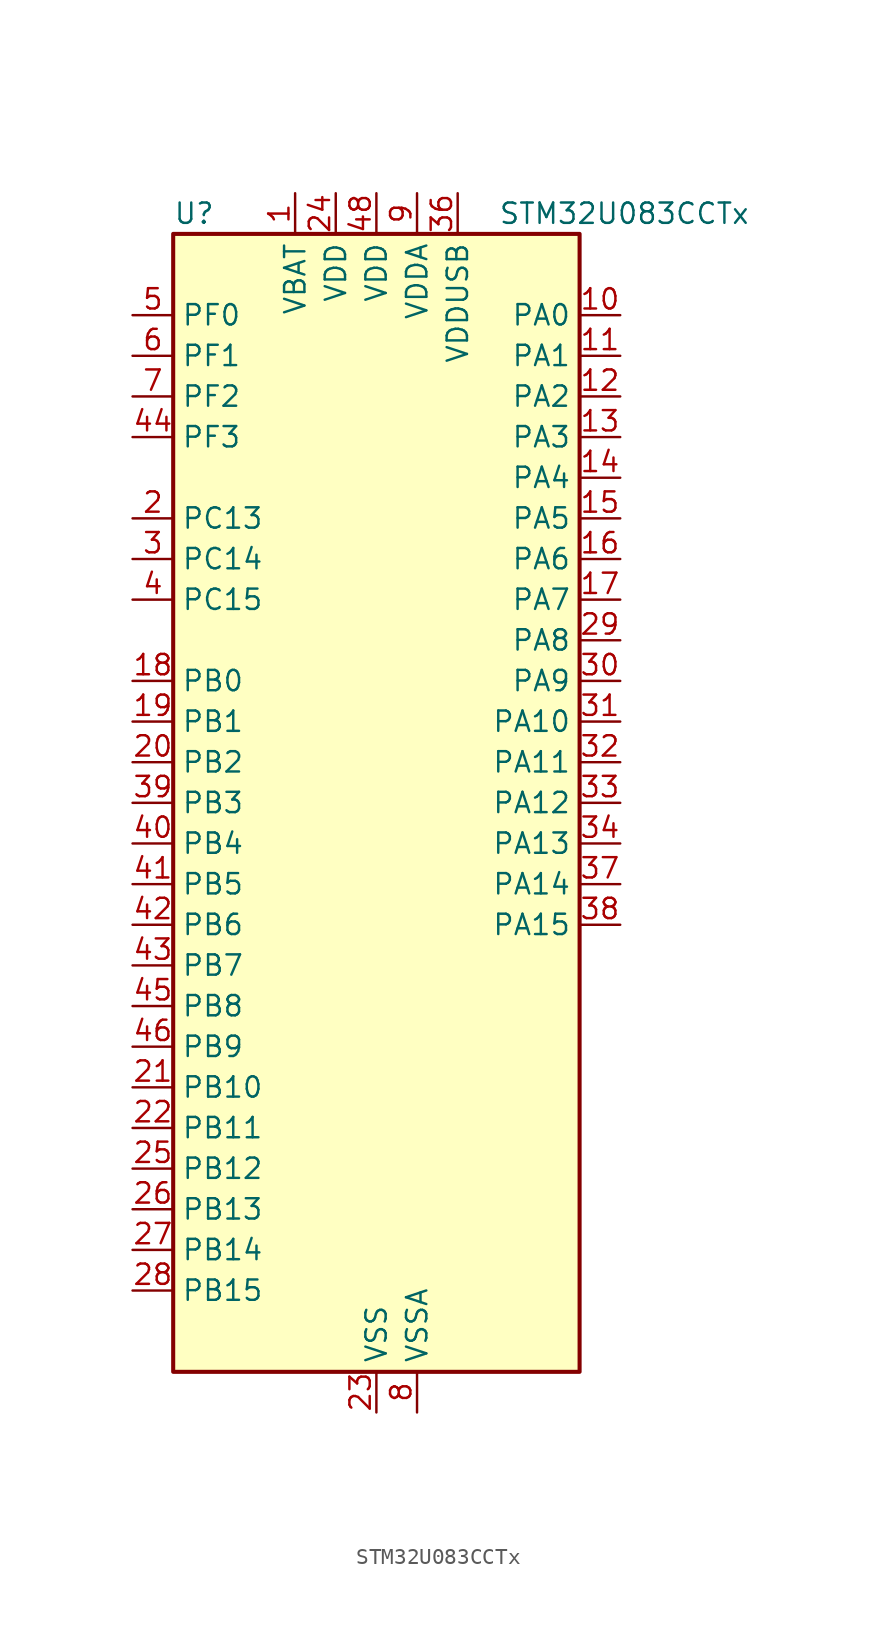
<source format=kicad_sym>
(kicad_symbol_lib
  (version 20241209)
  (generator "kicad_symbol_editor")
  (generator_version "9.0")
  (symbol "STM32U083CCTx"
    (property "Reference" "U"
      (at -12.7 36.83 0)
      (effects (font (size 1.27 1.27)) (justify left)))
    (property "Value" "STM32U083CCTx"
      (at 7.62 36.83 0)
      (effects (font (size 1.27 1.27)) (justify left)))
    (symbol "STM32U083CCTx_0_1"
      (rectangle (start -12.7 -35.56) (end 12.7 35.56) (stroke (width 0.254) (type default)) (fill (type background))))
    (symbol "STM32U083CCTx_1_1"
      (pin bidirectional line (at -15.24 30.48 0) (length 2.54) (name "PF0" (effects (font (size 1.27 1.27)))) (number "5" (effects (font (size 1.27 1.27)))) (alternate "RCC_OSC_IN" bidirectional line))
      (pin bidirectional line (at -15.24 27.94 0) (length 2.54) (name "PF1" (effects (font (size 1.27 1.27)))) (number "6" (effects (font (size 1.27 1.27)))) (alternate "RCC_OSC_EN" bidirectional line) (alternate "RCC_OSC_OUT" bidirectional line))
      (pin bidirectional line (at -15.24 25.4 0) (length 2.54) (name "PF2" (effects (font (size 1.27 1.27)))) (number "7" (effects (font (size 1.27 1.27)))) (alternate "RCC_MCO" bidirectional line))
      (pin bidirectional line (at -15.24 22.86 0) (length 2.54) (name "PF3" (effects (font (size 1.27 1.27)))) (number "44" (effects (font (size 1.27 1.27)))))
      (pin bidirectional line (at -15.24 17.78 0) (length 2.54) (name "PC13" (effects (font (size 1.27 1.27)))) (number "2" (effects (font (size 1.27 1.27)))) (alternate "LPTIM1_CH3" bidirectional line) (alternate "LPTIM3_CH3" bidirectional line) (alternate "PWR_WKUP2" bidirectional line) (alternate "RTC_OUT1" bidirectional line) (alternate "RTC_TS" bidirectional line) (alternate "TAMP_IN1" bidirectional line))
      (pin bidirectional line (at -15.24 15.24 0) (length 2.54) (name "PC14" (effects (font (size 1.27 1.27)))) (number "3" (effects (font (size 1.27 1.27)))) (alternate "RCC_OSC32_IN" bidirectional line))
      (pin bidirectional line (at -15.24 12.7 0) (length 2.54) (name "PC15" (effects (font (size 1.27 1.27)))) (number "4" (effects (font (size 1.27 1.27)))) (alternate "RCC_OSC32_EN" bidirectional line) (alternate "RCC_OSC32_OUT" bidirectional line) (alternate "RCC_OSC_EN" bidirectional line))
      (pin bidirectional line (at -15.24 7.62 0) (length 2.54) (name "PB0" (effects (font (size 1.27 1.27)))) (number "18" (effects (font (size 1.27 1.27)))) (alternate "ADC1_IN17" bidirectional line) (alternate "COMP1_OUT" bidirectional line) (alternate "LCD_SEG5" bidirectional line) (alternate "LPTIM3_CH1" bidirectional line) (alternate "LPUART2_CTS" bidirectional line) (alternate "SPI1_NSS" bidirectional line) (alternate "TIM1_CH2N" bidirectional line) (alternate "TIM3_CH3" bidirectional line) (alternate "TSC_G5_IO2" bidirectional line) (alternate "USART3_CK" bidirectional line))
      (pin bidirectional line (at -15.24 5.08 0) (length 2.54) (name "PB1" (effects (font (size 1.27 1.27)))) (number "19" (effects (font (size 1.27 1.27)))) (alternate "ADC1_IN18" bidirectional line) (alternate "COMP1_INM" bidirectional line) (alternate "LCD_SEG6" bidirectional line) (alternate "LPTIM2_IN1" bidirectional line) (alternate "LPTIM3_CH2" bidirectional line) (alternate "LPUART1_DE" bidirectional line) (alternate "LPUART1_RTS" bidirectional line) (alternate "LPUART2_DE" bidirectional line) (alternate "LPUART2_RTS" bidirectional line) (alternate "TIM1_CH3N" bidirectional line) (alternate "TIM3_CH4" bidirectional line) (alternate "TSC_SYNC" bidirectional line) (alternate "USART3_DE" bidirectional line) (alternate "USART3_RTS" bidirectional line))
      (pin bidirectional line (at -15.24 2.54 0) (length 2.54) (name "PB2" (effects (font (size 1.27 1.27)))) (number "20" (effects (font (size 1.27 1.27)))) (alternate "COMP1_INP" bidirectional line) (alternate "LCD_VLCD" bidirectional line) (alternate "LPTIM1_CH1" bidirectional line) (alternate "RTC_OUT2" bidirectional line))
      (pin bidirectional line (at -15.24 0 0) (length 2.54) (name "PB3" (effects (font (size 1.27 1.27)))) (number "39" (effects (font (size 1.27 1.27)))) (alternate "COMP2_INM" bidirectional line) (alternate "DEBUG_JTDO-SWO" bidirectional line) (alternate "I2C2_SCL" bidirectional line) (alternate "I2C3_SCL" bidirectional line) (alternate "LCD_SEG7" bidirectional line) (alternate "LPTIM1_CH3" bidirectional line) (alternate "SPI1_SCK" bidirectional line) (alternate "SPI3_SCK" bidirectional line) (alternate "TIM2_CH2" bidirectional line) (alternate "USART1_DE" bidirectional line) (alternate "USART1_RTS" bidirectional line))
      (pin bidirectional line (at -15.24 -2.54 0) (length 2.54) (name "PB4" (effects (font (size 1.27 1.27)))) (number "40" (effects (font (size 1.27 1.27)))) (alternate "COMP2_INP" bidirectional line) (alternate "I2C2_SDA" bidirectional line) (alternate "I2C3_SDA" bidirectional line) (alternate "LCD_SEG8" bidirectional line) (alternate "LPTIM1_CH4" bidirectional line) (alternate "LPUART3_DE" bidirectional line) (alternate "LPUART3_RTS" bidirectional line) (alternate "SPI1_MISO" bidirectional line) (alternate "SPI3_MISO" bidirectional line) (alternate "TIM3_CH1" bidirectional line) (alternate "TSC_G2_IO1" bidirectional line) (alternate "USART1_CTS" bidirectional line))
      (pin bidirectional line (at -15.24 -5.08 0) (length 2.54) (name "PB5" (effects (font (size 1.27 1.27)))) (number "41" (effects (font (size 1.27 1.27)))) (alternate "COMP2_OUT" bidirectional line) (alternate "LCD_SEG9" bidirectional line) (alternate "LPTIM1_IN1" bidirectional line) (alternate "LPUART3_CTS" bidirectional line) (alternate "SPI1_MOSI" bidirectional line) (alternate "SPI3_MOSI" bidirectional line) (alternate "TIM16_BKIN" bidirectional line) (alternate "TIM3_CH2" bidirectional line) (alternate "TSC_G2_IO2" bidirectional line) (alternate "USART1_CK" bidirectional line))
      (pin bidirectional line (at -15.24 -7.62 0) (length 2.54) (name "PB6" (effects (font (size 1.27 1.27)))) (number "42" (effects (font (size 1.27 1.27)))) (alternate "COMP2_INP" bidirectional line) (alternate "I2C1_SCL" bidirectional line) (alternate "I2C2_SCL" bidirectional line) (alternate "I2C4_SCL" bidirectional line) (alternate "LPTIM1_ETR" bidirectional line) (alternate "LPUART2_TX" bidirectional line) (alternate "LPUART3_TX" bidirectional line) (alternate "TIM16_CH1N" bidirectional line) (alternate "TSC_G2_IO3" bidirectional line) (alternate "USART1_TX" bidirectional line))
      (pin bidirectional line (at -15.24 -10.16 0) (length 2.54) (name "PB7" (effects (font (size 1.27 1.27)))) (number "43" (effects (font (size 1.27 1.27)))) (alternate "COMP2_INM" bidirectional line) (alternate "I2C1_SDA" bidirectional line) (alternate "I2C2_SDA" bidirectional line) (alternate "I2C4_SDA" bidirectional line) (alternate "LCD_SEG21" bidirectional line) (alternate "LPTIM1_IN2" bidirectional line) (alternate "LPUART2_RX" bidirectional line) (alternate "LPUART3_RX" bidirectional line) (alternate "PWR_PVD_IN" bidirectional line) (alternate "TSC_G2_IO4" bidirectional line) (alternate "USART1_RX" bidirectional line) (alternate "USART4_CTS" bidirectional line))
      (pin bidirectional line (at -15.24 -12.7 0) (length 2.54) (name "PB8" (effects (font (size 1.27 1.27)))) (number "45" (effects (font (size 1.27 1.27)))) (alternate "I2C1_SCL" bidirectional line) (alternate "I2C2_SCL" bidirectional line) (alternate "LCD_SEG16" bidirectional line) (alternate "LPTIM1_IN2" bidirectional line) (alternate "LPTIM3_IN2" bidirectional line) (alternate "TIM16_CH1" bidirectional line) (alternate "USART3_TX" bidirectional line))
      (pin bidirectional line (at -15.24 -15.24 0) (length 2.54) (name "PB9" (effects (font (size 1.27 1.27)))) (number "46" (effects (font (size 1.27 1.27)))) (alternate "DAC1_EXTI9" bidirectional line) (alternate "I2C1_SDA" bidirectional line) (alternate "I2C2_SDA" bidirectional line) (alternate "IR_OUT" bidirectional line) (alternate "LCD_COM3" bidirectional line) (alternate "LPTIM1_CH4" bidirectional line) (alternate "LPTIM3_CH4" bidirectional line) (alternate "SPI2_NSS" bidirectional line) (alternate "USART3_RX" bidirectional line))
      (pin bidirectional line (at -15.24 -17.78 0) (length 2.54) (name "PB10" (effects (font (size 1.27 1.27)))) (number "21" (effects (font (size 1.27 1.27)))) (alternate "COMP1_OUT" bidirectional line) (alternate "I2C2_SCL" bidirectional line) (alternate "I2C4_SCL" bidirectional line) (alternate "LCD_SEG10" bidirectional line) (alternate "LPTIM3_CH1" bidirectional line) (alternate "LPUART1_RX" bidirectional line) (alternate "LPUART2_RX" bidirectional line) (alternate "SPI2_SCK" bidirectional line) (alternate "TIM2_CH3" bidirectional line) (alternate "TSC_G5_IO3" bidirectional line) (alternate "USART3_TX" bidirectional line))
      (pin bidirectional line (at -15.24 -20.32 0) (length 2.54) (name "PB11" (effects (font (size 1.27 1.27)))) (number "22" (effects (font (size 1.27 1.27)))) (alternate "ADC1_EXTI11" bidirectional line) (alternate "COMP2_OUT" bidirectional line) (alternate "I2C2_SDA" bidirectional line) (alternate "I2C4_SDA" bidirectional line) (alternate "LCD_SEG11" bidirectional line) (alternate "LPUART1_TX" bidirectional line) (alternate "LPUART2_TX" bidirectional line) (alternate "TIM2_CH4" bidirectional line) (alternate "TSC_G5_IO4" bidirectional line) (alternate "USART3_RX" bidirectional line))
      (pin bidirectional line (at -15.24 -22.86 0) (length 2.54) (name "PB12" (effects (font (size 1.27 1.27)))) (number "25" (effects (font (size 1.27 1.27)))) (alternate "LCD_SEG12" bidirectional line) (alternate "LPUART1_DE" bidirectional line) (alternate "LPUART1_RTS" bidirectional line) (alternate "SPI2_NSS" bidirectional line) (alternate "TIM15_BKIN" bidirectional line) (alternate "TIM1_BKIN" bidirectional line) (alternate "TSC_G1_IO1" bidirectional line) (alternate "USART3_CK" bidirectional line))
      (pin bidirectional line (at -15.24 -25.4 0) (length 2.54) (name "PB13" (effects (font (size 1.27 1.27)))) (number "26" (effects (font (size 1.27 1.27)))) (alternate "I2C2_SCL" bidirectional line) (alternate "LCD_SEG13" bidirectional line) (alternate "LPTIM3_IN1" bidirectional line) (alternate "LPUART1_CTS" bidirectional line) (alternate "SPI2_SCK" bidirectional line) (alternate "TIM15_CH1N" bidirectional line) (alternate "TIM1_CH1N" bidirectional line) (alternate "TSC_G1_IO2" bidirectional line) (alternate "USART3_CTS" bidirectional line))
      (pin bidirectional line (at -15.24 -27.94 0) (length 2.54) (name "PB14" (effects (font (size 1.27 1.27)))) (number "27" (effects (font (size 1.27 1.27)))) (alternate "I2C2_SDA" bidirectional line) (alternate "LCD_SEG14" bidirectional line) (alternate "LPTIM3_ETR" bidirectional line) (alternate "SPI2_MISO" bidirectional line) (alternate "TIM15_CH1" bidirectional line) (alternate "TIM1_CH2N" bidirectional line) (alternate "TSC_G1_IO3" bidirectional line) (alternate "USART3_DE" bidirectional line) (alternate "USART3_RTS" bidirectional line))
      (pin bidirectional line (at -15.24 -30.48 0) (length 2.54) (name "PB15" (effects (font (size 1.27 1.27)))) (number "28" (effects (font (size 1.27 1.27)))) (alternate "LCD_SEG15" bidirectional line) (alternate "PWR_WKUP7" bidirectional line) (alternate "RTC_REFIN" bidirectional line) (alternate "SPI2_MOSI" bidirectional line) (alternate "TAMP_IN3" bidirectional line) (alternate "TIM15_CH2" bidirectional line) (alternate "TIM1_CH3N" bidirectional line) (alternate "TSC_G1_IO4" bidirectional line))
      (pin power_in line (at -5.08 38.1 270) (length 2.54) (name "VBAT" (effects (font (size 1.27 1.27)))) (number "1" (effects (font (size 1.27 1.27)))))
      (pin power_in line (at -2.54 38.1 270) (length 2.54) (name "VDD" (effects (font (size 1.27 1.27)))) (number "24" (effects (font (size 1.27 1.27)))))
      (pin power_in line (at 0 38.1 270) (length 2.54) (name "VDD" (effects (font (size 1.27 1.27)))) (number "48" (effects (font (size 1.27 1.27)))))
      (pin power_in line (at 0 -38.1 90) (length 2.54) (name "VSS" (effects (font (size 1.27 1.27)))) (number "23" (effects (font (size 1.27 1.27)))))
      (pin passive line (at 0 -38.1 90) (length 2.54) (hide yes) (name "VSS" (effects (font (size 1.27 1.27)))) (number "35" (effects (font (size 1.27 1.27)))))
      (pin passive line (at 0 -38.1 90) (length 2.54) (hide yes) (name "VSS" (effects (font (size 1.27 1.27)))) (number "47" (effects (font (size 1.27 1.27)))))
      (pin power_in line (at 2.54 38.1 270) (length 2.54) (name "VDDA" (effects (font (size 1.27 1.27)))) (number "9" (effects (font (size 1.27 1.27)))))
      (pin power_in line (at 2.54 -38.1 90) (length 2.54) (name "VSSA" (effects (font (size 1.27 1.27)))) (number "8" (effects (font (size 1.27 1.27)))))
      (pin power_in line (at 5.08 38.1 270) (length 2.54) (name "VDDUSB" (effects (font (size 1.27 1.27)))) (number "36" (effects (font (size 1.27 1.27)))))
      (pin bidirectional line (at 15.24 30.48 180) (length 2.54) (name "PA0" (effects (font (size 1.27 1.27)))) (number "10" (effects (font (size 1.27 1.27)))) (alternate "ADC1_IN4" bidirectional line) (alternate "COMP1_INM" bidirectional line) (alternate "COMP1_OUT" bidirectional line) (alternate "LCD_SEG42" bidirectional line) (alternate "OPAMP1_VINP" bidirectional line) (alternate "PWR_WKUP1" bidirectional line) (alternate "TAMP_IN2" bidirectional line) (alternate "TIM2_CH1" bidirectional line) (alternate "TIM2_ETR" bidirectional line) (alternate "USART2_CTS" bidirectional line) (alternate "USART4_TX" bidirectional line))
      (pin bidirectional line (at 15.24 27.94 180) (length 2.54) (name "PA1" (effects (font (size 1.27 1.27)))) (number "11" (effects (font (size 1.27 1.27)))) (alternate "ADC1_IN5" bidirectional line) (alternate "COMP1_INP" bidirectional line) (alternate "LCD_SEG0" bidirectional line) (alternate "LPTIM1_CH2" bidirectional line) (alternate "OPAMP1_VINM" bidirectional line) (alternate "PWR_WKUP3" bidirectional line) (alternate "SPI1_SCK" bidirectional line) (alternate "SPI2_SCK" bidirectional line) (alternate "TAMP_IN5" bidirectional line) (alternate "TIM15_CH1N" bidirectional line) (alternate "TIM2_CH2" bidirectional line) (alternate "USART2_DE" bidirectional line) (alternate "USART2_RTS" bidirectional line) (alternate "USART4_RX" bidirectional line))
      (pin bidirectional line (at 15.24 25.4 180) (length 2.54) (name "PA2" (effects (font (size 1.27 1.27)))) (number "12" (effects (font (size 1.27 1.27)))) (alternate "ADC1_IN6" bidirectional line) (alternate "COMP2_INM" bidirectional line) (alternate "COMP2_OUT" bidirectional line) (alternate "LCD_SEG1" bidirectional line) (alternate "LPUART1_TX" bidirectional line) (alternate "PWR_WKUP4" bidirectional line) (alternate "RCC_LSCO" bidirectional line) (alternate "TIM15_CH1" bidirectional line) (alternate "TIM2_CH3" bidirectional line) (alternate "USART2_TX" bidirectional line))
      (pin bidirectional line (at 15.24 22.86 180) (length 2.54) (name "PA3" (effects (font (size 1.27 1.27)))) (number "13" (effects (font (size 1.27 1.27)))) (alternate "ADC1_IN7" bidirectional line) (alternate "COMP2_INP" bidirectional line) (alternate "LCD_SEG2" bidirectional line) (alternate "LPUART1_RX" bidirectional line) (alternate "OPAMP1_VOUT" bidirectional line) (alternate "TIM15_CH2" bidirectional line) (alternate "TIM2_CH4" bidirectional line) (alternate "USART2_RX" bidirectional line))
      (pin bidirectional line (at 15.24 20.32 180) (length 2.54) (name "PA4" (effects (font (size 1.27 1.27)))) (number "14" (effects (font (size 1.27 1.27)))) (alternate "ADC1_IN8" bidirectional line) (alternate "COMP1_INM" bidirectional line) (alternate "COMP2_INM" bidirectional line) (alternate "DAC1_OUT1" bidirectional line) (alternate "LCD_SEG43" bidirectional line) (alternate "LPTIM2_CH1" bidirectional line) (alternate "LPUART3_TX" bidirectional line) (alternate "SPI1_NSS" bidirectional line) (alternate "SPI3_NSS" bidirectional line) (alternate "USART2_CK" bidirectional line))
      (pin bidirectional line (at 15.24 17.78 180) (length 2.54) (name "PA5" (effects (font (size 1.27 1.27)))) (number "15" (effects (font (size 1.27 1.27)))) (alternate "ADC1_IN9" bidirectional line) (alternate "COMP1_INM" bidirectional line) (alternate "COMP2_INM" bidirectional line) (alternate "LCD_SEG44" bidirectional line) (alternate "LPTIM2_ETR" bidirectional line) (alternate "LPUART3_RX" bidirectional line) (alternate "SPI1_SCK" bidirectional line) (alternate "TIM2_CH1" bidirectional line) (alternate "TIM2_ETR" bidirectional line) (alternate "USART3_TX" bidirectional line))
      (pin bidirectional line (at 15.24 15.24 180) (length 2.54) (name "PA6" (effects (font (size 1.27 1.27)))) (number "16" (effects (font (size 1.27 1.27)))) (alternate "ADC1_IN10" bidirectional line) (alternate "COMP1_OUT" bidirectional line) (alternate "I2C2_SDA" bidirectional line) (alternate "I2C3_SDA" bidirectional line) (alternate "LCD_SEG3" bidirectional line) (alternate "LPUART1_CTS" bidirectional line) (alternate "SPI1_MISO" bidirectional line) (alternate "TIM16_CH1" bidirectional line) (alternate "TIM1_BKIN" bidirectional line) (alternate "TIM3_CH1" bidirectional line) (alternate "TSC_G5_IO1" bidirectional line) (alternate "USART3_CTS" bidirectional line))
      (pin bidirectional line (at 15.24 12.7 180) (length 2.54) (name "PA7" (effects (font (size 1.27 1.27)))) (number "17" (effects (font (size 1.27 1.27)))) (alternate "ADC1_IN14" bidirectional line) (alternate "COMP2_OUT" bidirectional line) (alternate "I2C2_SCL" bidirectional line) (alternate "I2C3_SCL" bidirectional line) (alternate "LCD_SEG4" bidirectional line) (alternate "LPTIM2_CH2" bidirectional line) (alternate "SPI1_MOSI" bidirectional line) (alternate "TIM1_CH1N" bidirectional line) (alternate "TIM3_CH2" bidirectional line) (alternate "USART3_RX" bidirectional line))
      (pin bidirectional line (at 15.24 10.16 180) (length 2.54) (name "PA8" (effects (font (size 1.27 1.27)))) (number "29" (effects (font (size 1.27 1.27)))) (alternate "LCD_COM0" bidirectional line) (alternate "LPTIM2_CH1" bidirectional line) (alternate "RCC_MCO" bidirectional line) (alternate "RCC_MCO2" bidirectional line) (alternate "TIM1_CH1" bidirectional line) (alternate "TSC_G7_IO1" bidirectional line) (alternate "USART1_CK" bidirectional line))
      (pin bidirectional line (at 15.24 7.62 180) (length 2.54) (name "PA9" (effects (font (size 1.27 1.27)))) (number "30" (effects (font (size 1.27 1.27)))) (alternate "COMP1_INP" bidirectional line) (alternate "DAC1_EXTI9" bidirectional line) (alternate "I2C1_SCL" bidirectional line) (alternate "I2C2_SCL" bidirectional line) (alternate "LCD_COM1" bidirectional line) (alternate "RCC_MCO" bidirectional line) (alternate "TIM15_BKIN" bidirectional line) (alternate "TIM1_CH2" bidirectional line) (alternate "TSC_G7_IO2" bidirectional line) (alternate "USART1_TX" bidirectional line))
      (pin bidirectional line (at 15.24 5.08 180) (length 2.54) (name "PA10" (effects (font (size 1.27 1.27)))) (number "31" (effects (font (size 1.27 1.27)))) (alternate "CRS_SYNC" bidirectional line) (alternate "I2C1_SDA" bidirectional line) (alternate "I2C2_SDA" bidirectional line) (alternate "LCD_COM2" bidirectional line) (alternate "RCC_MCO2" bidirectional line) (alternate "SPI2_NSS" bidirectional line) (alternate "TIM1_CH3" bidirectional line) (alternate "TSC_G7_IO3" bidirectional line) (alternate "USART1_RX" bidirectional line))
      (pin bidirectional line (at 15.24 2.54 180) (length 2.54) (name "PA11" (effects (font (size 1.27 1.27)))) (number "32" (effects (font (size 1.27 1.27)))) (alternate "ADC1_EXTI11" bidirectional line) (alternate "COMP1_OUT" bidirectional line) (alternate "SPI1_MISO" bidirectional line) (alternate "SPI2_MISO" bidirectional line) (alternate "TIM1_BKIN2" bidirectional line) (alternate "TIM1_CH4" bidirectional line) (alternate "USART1_CTS" bidirectional line) (alternate "USB_DM" bidirectional line))
      (pin bidirectional line (at 15.24 0 180) (length 2.54) (name "PA12" (effects (font (size 1.27 1.27)))) (number "33" (effects (font (size 1.27 1.27)))) (alternate "SPI1_MOSI" bidirectional line) (alternate "SPI2_MOSI" bidirectional line) (alternate "TIM1_ETR" bidirectional line) (alternate "USART1_DE" bidirectional line) (alternate "USART1_RTS" bidirectional line) (alternate "USB_DP" bidirectional line))
      (pin bidirectional line (at 15.24 -2.54 180) (length 2.54) (name "PA13" (effects (font (size 1.27 1.27)))) (number "34" (effects (font (size 1.27 1.27)))) (alternate "DEBUG_JTMS-SWDIO" bidirectional line) (alternate "IR_OUT" bidirectional line) (alternate "LCD_SEG40" bidirectional line) (alternate "TSC_G7_IO4" bidirectional line) (alternate "USB_NOE" bidirectional line))
      (pin bidirectional line (at 15.24 -5.08 180) (length 2.54) (name "PA14" (effects (font (size 1.27 1.27)))) (number "37" (effects (font (size 1.27 1.27)))) (alternate "DEBUG_JTCK-SWCLK" bidirectional line) (alternate "LCD_SEG41" bidirectional line) (alternate "LPTIM1_CH1" bidirectional line) (alternate "TSC_G3_IO4" bidirectional line))
      (pin bidirectional line (at 15.24 -7.62 180) (length 2.54) (name "PA15" (effects (font (size 1.27 1.27)))) (number "38" (effects (font (size 1.27 1.27)))) (alternate "DEBUG_JTDI" bidirectional line) (alternate "LCD_SEG17" bidirectional line) (alternate "LPTIM3_CH3" bidirectional line) (alternate "LPTIM3_IN2" bidirectional line) (alternate "SPI1_NSS" bidirectional line) (alternate "SPI3_NSS" bidirectional line) (alternate "TIM2_CH1" bidirectional line) (alternate "TIM2_ETR" bidirectional line) (alternate "TSC_G3_IO1" bidirectional line) (alternate "USART2_RX" bidirectional line) (alternate "USART3_DE" bidirectional line) (alternate "USART3_RTS" bidirectional line) (alternate "USART4_DE" bidirectional line) (alternate "USART4_RTS" bidirectional line)))))
</source>
